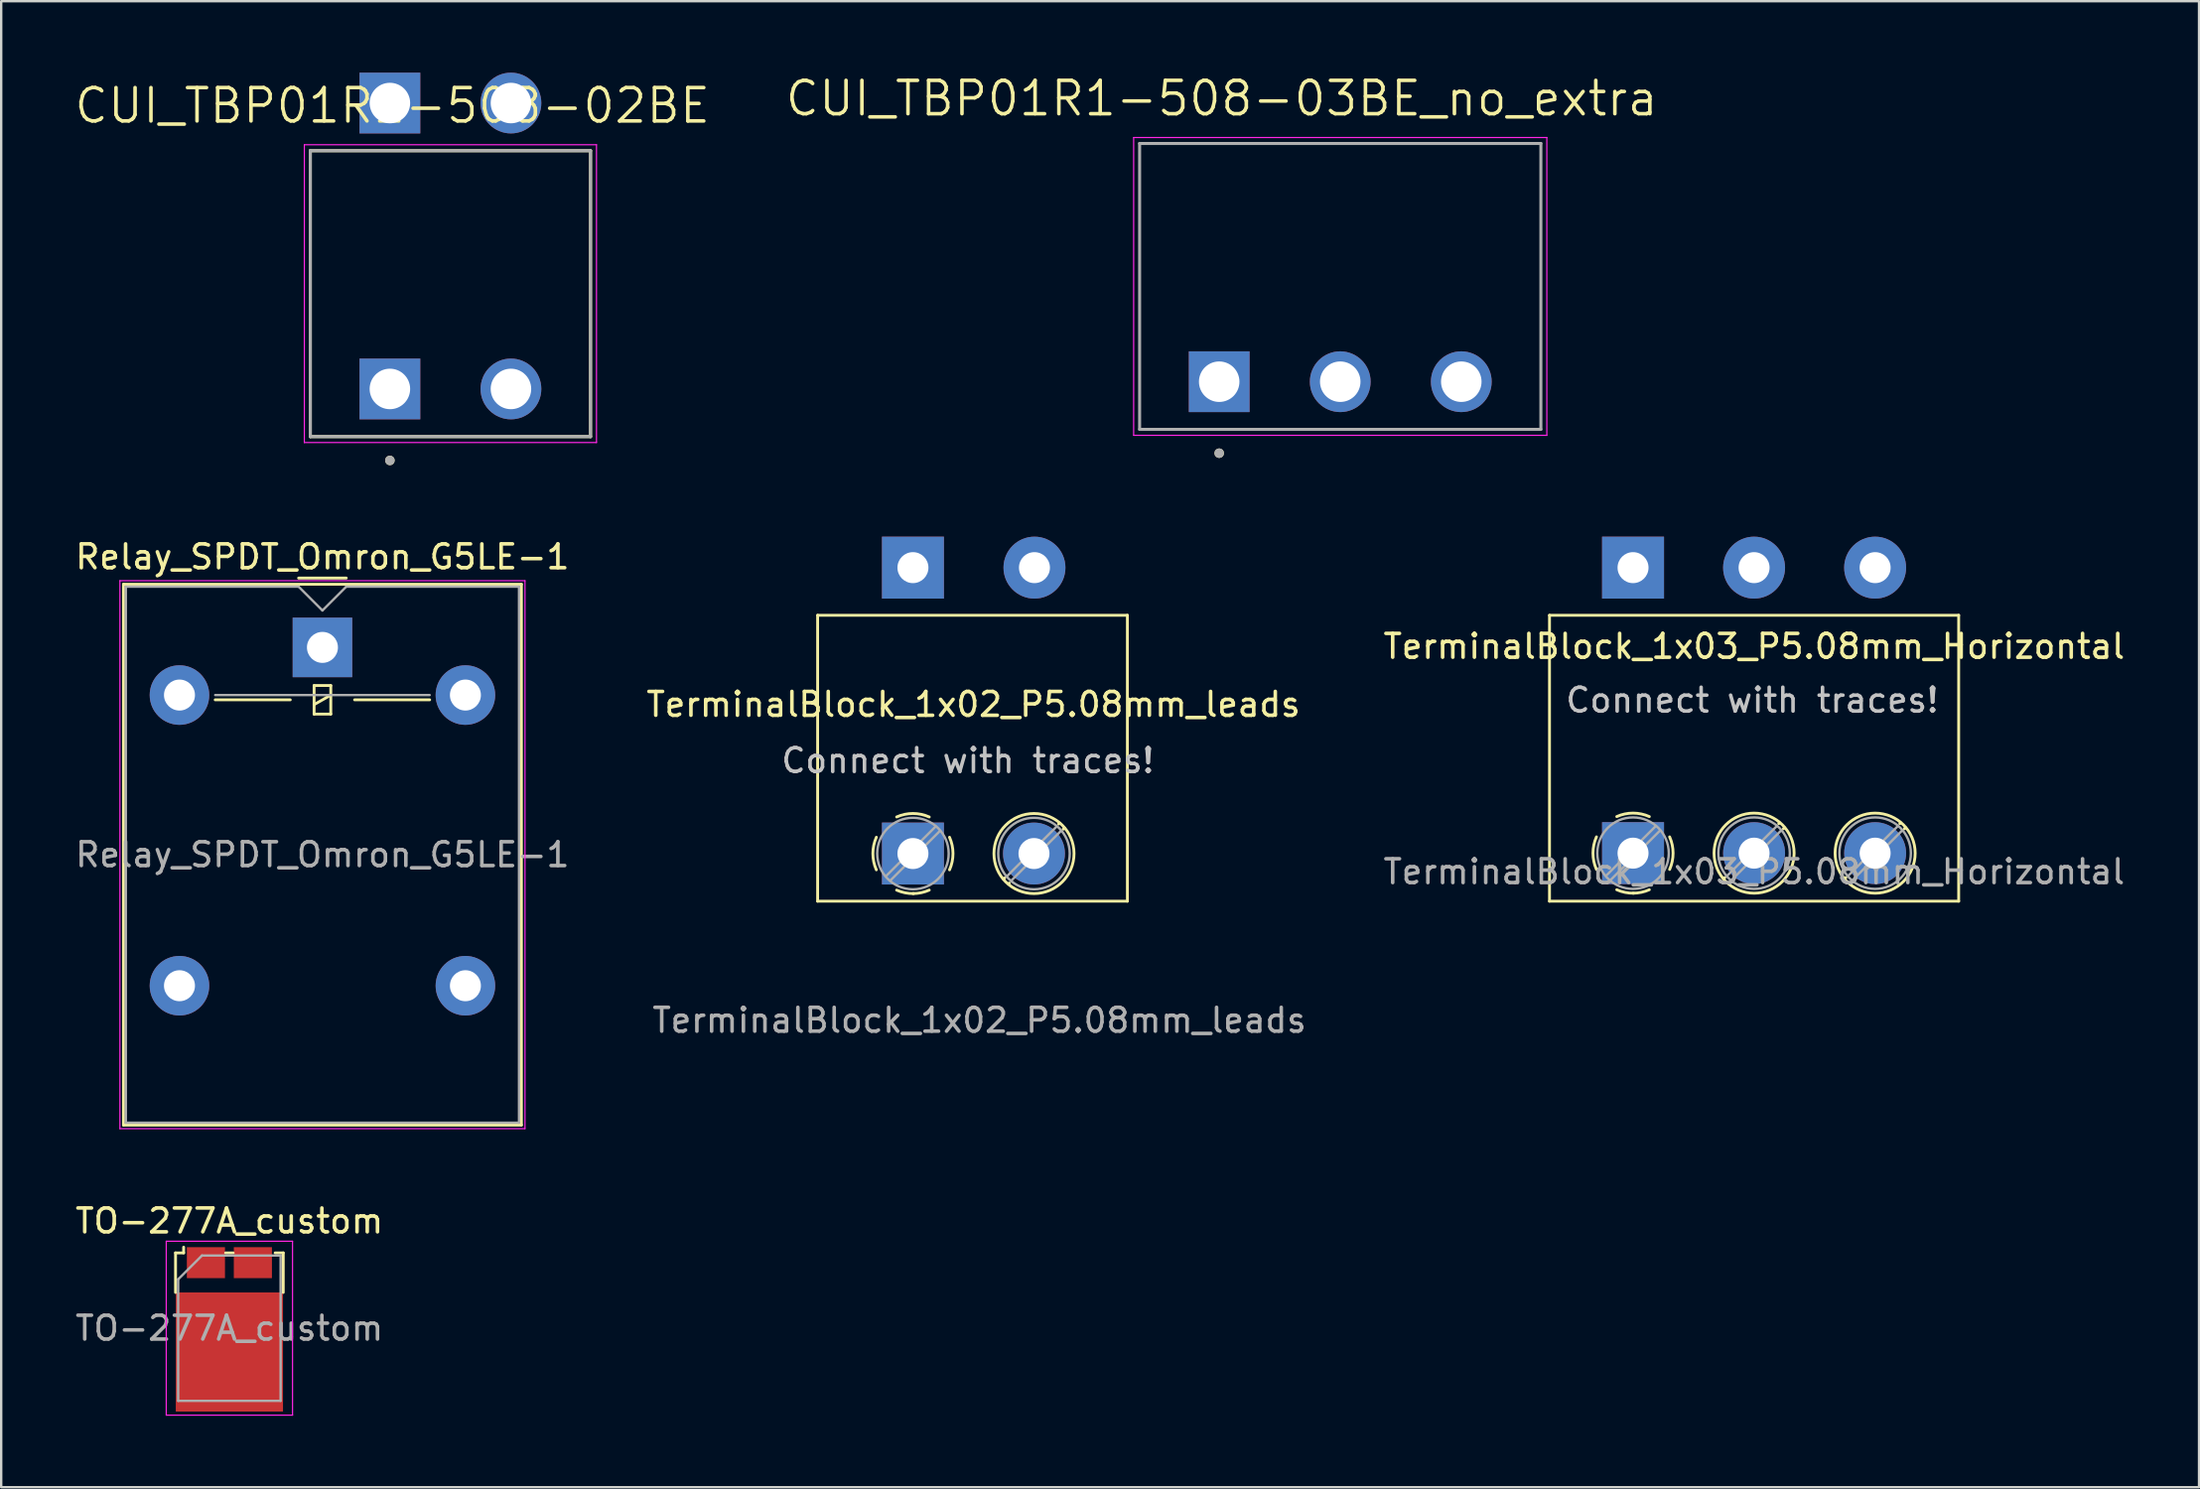
<source format=kicad_pcb>
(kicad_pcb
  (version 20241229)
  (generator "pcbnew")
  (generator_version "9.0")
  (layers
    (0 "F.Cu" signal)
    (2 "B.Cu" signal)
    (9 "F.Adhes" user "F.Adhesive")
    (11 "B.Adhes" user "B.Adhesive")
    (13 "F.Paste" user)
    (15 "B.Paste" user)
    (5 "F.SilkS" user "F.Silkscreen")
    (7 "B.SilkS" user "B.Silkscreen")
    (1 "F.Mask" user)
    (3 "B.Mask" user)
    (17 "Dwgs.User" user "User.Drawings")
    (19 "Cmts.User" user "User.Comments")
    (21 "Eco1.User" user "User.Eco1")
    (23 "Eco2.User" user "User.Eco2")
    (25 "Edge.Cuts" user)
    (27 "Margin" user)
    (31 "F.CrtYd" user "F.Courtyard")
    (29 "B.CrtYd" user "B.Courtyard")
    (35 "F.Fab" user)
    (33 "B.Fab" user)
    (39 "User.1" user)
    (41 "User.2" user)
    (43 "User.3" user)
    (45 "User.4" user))
  (footprint "TerminalBlock_1x03_P5.08mm_Horizontal"
    (layer "F.Cu")
    (at 70.474 32.775)
    (property "Reference" "TerminalBlock_1x03_P5.08mm_Horizontal" (at 0.091 -8.696 0) (layer "F.SilkS") (effects (font (size 1 1) (thickness 0.15))))
    (attr through_hole)
    (fp_line (start -8.495 -10) (end 8.677 -10) (stroke (width 0.12) (type solid)) (layer "F.SilkS"))
    (fp_line (start -8.495 2) (end -8.495 -10) (stroke (width 0.12) (type solid)) (layer "F.SilkS"))
    (fp_line (start -1.136 1.007) (end -1.183 1.053) (stroke (width 0.12) (type solid)) (layer "F.SilkS"))
    (fp_line (start -0.943 1.223) (end -0.978 1.258) (stroke (width 0.12) (type solid)) (layer "F.SilkS"))
    (fp_line (start 1.161 -1.291) (end 1.126 -1.255) (stroke (width 0.12) (type solid)) (layer "F.SilkS"))
    (fp_line (start 1.366 -1.085) (end 1.319 -1.039) (stroke (width 0.12) (type solid)) (layer "F.SilkS"))
    (fp_line (start 3.944 1.007) (end 3.897 1.053) (stroke (width 0.12) (type solid)) (layer "F.SilkS"))
    (fp_line (start 4.137 1.223) (end 4.102 1.258) (stroke (width 0.12) (type solid)) (layer "F.SilkS"))
    (fp_line (start 6.241 -1.291) (end 6.206 -1.255) (stroke (width 0.12) (type solid)) (layer "F.SilkS"))
    (fp_line (start 6.446 -1.085) (end 6.399 -1.039) (stroke (width 0.12) (type solid)) (layer "F.SilkS"))
    (fp_line (start 8.677 -10) (end 8.677 2) (stroke (width 0.12) (type solid)) (layer "F.SilkS"))
    (fp_line (start 8.677 2) (end -8.495 2) (stroke (width 0.12) (type solid)) (layer "F.SilkS"))
    (fp_arc (start -6.524427 0.667042) (mid -6.669501 -0.016524) (end -6.524 -0.7) (stroke (width 0.12) (type solid)) (layer "F.SilkS"))
    (fp_arc (start -5.672042 -1.551427) (mid -4.988476 -1.696501) (end -4.305 -1.551) (stroke (width 0.12) (type solid)) (layer "F.SilkS"))
    (fp_arc (start -4.960195 1.664253) (mid -5.324551 1.630659) (end -5.673 1.519) (stroke (width 0.12) (type solid)) (layer "F.SilkS"))
    (fp_arc (start -4.305682 1.518756) (mid -4.639708 1.627288) (end -4.989 1.664) (stroke (width 0.12) (type solid)) (layer "F.SilkS"))
    (fp_arc (start -3.453573 -0.699042) (mid -3.308499 -0.015476) (end -3.454 0.668) (stroke (width 0.12) (type solid)) (layer "F.SilkS"))
    (fp_circle (center 0.091 -0.016) (end 1.771 -0.016) (stroke (width 0.12) (type solid)) (fill no) (layer "F.SilkS"))
    (fp_circle (center 5.171 -0.016) (end 6.851 -0.016) (stroke (width 0.12) (type solid)) (fill no) (layer "F.SilkS"))
    (fp_line (start -4.034 -1.154) (end -6.127 0.939) (stroke (width 0.1) (type solid)) (layer "F.Fab"))
    (fp_line (start -3.851 -0.971) (end -5.944 1.122) (stroke (width 0.1) (type solid)) (layer "F.Fab"))
    (fp_line (start 1.046 -1.154) (end -1.046 0.939) (stroke (width 0.1) (type solid)) (layer "F.Fab"))
    (fp_line (start 1.229 -0.971) (end -0.863 1.122) (stroke (width 0.1) (type solid)) (layer "F.Fab"))
    (fp_line (start 6.126 -1.154) (end 4.034 0.939) (stroke (width 0.1) (type solid)) (layer "F.Fab"))
    (fp_line (start 6.309 -0.971) (end 4.217 1.122) (stroke (width 0.1) (type solid)) (layer "F.Fab"))
    (fp_circle (center -4.989 -0.016) (end -3.489 -0.016) (stroke (width 0.1) (type solid)) (fill no) (layer "F.Fab"))
    (fp_circle (center 0.091 -0.016) (end 1.591 -0.016) (stroke (width 0.1) (type solid)) (fill no) (layer "F.Fab"))
    (fp_circle (center 5.171 -0.016) (end 6.671 -0.016) (stroke (width 0.1) (type solid)) (fill no) (layer "F.Fab"))
    (fp_text user "Connect with traces!" (at 0.011 -6.436 0) (unlocked yes) (layer "Dwgs.User") (effects (font (size 1 1) (thickness 0.15))))
    (fp_text user "${REFERENCE}" (at 0.091 0.764 0) (layer "F.Fab") (effects (font (size 1 1) (thickness 0.15))))
    (pad "1" thru_hole rect (at -4.989 -12) (size 2.6 2.6) (drill 1.3) (layers "*.Cu" "*.Mask"))
    (pad "1" thru_hole rect (at -4.989 -0.016) (size 2.6 2.6) (drill 1.3) (layers "*.Cu" "*.Mask"))
    (pad "2" thru_hole circle (at 0.091 -12) (size 2.6 2.6) (drill 1.3) (layers "*.Cu" "*.Mask"))
    (pad "2" thru_hole circle (at 0.091 -0.016) (size 2.6 2.6) (drill 1.3) (layers "*.Cu" "*.Mask"))
    (pad "3" thru_hole circle (at 5.171 -12) (size 2.6 2.6) (drill 1.3) (layers "*.Cu" "*.Mask"))
    (pad "3" thru_hole circle (at 5.171 -0.016) (size 2.6 2.6) (drill 1.3) (layers "*.Cu" "*.Mask")))
  (footprint "CUI_TBP01R1-508-03BE_no_extra"
    (layer "F.Cu")
    (at 48.117 12.971)
    (property "Reference" "CUI_TBP01R1-508-03BE_no_extra" (at 0.105 -11.889 0) (layer "F.SilkS") (effects (font (size 1.4 1.4) (thickness 0.15))))
    (attr through_hole)
    (fp_circle (center 0 3) (end 0.1 3) (stroke (width 0.2) (type solid)) (fill no) (layer "F.SilkS"))
    (fp_line (start -3.59 -10.25) (end 13.75 -10.25) (stroke (width 0.05) (type solid)) (layer "F.CrtYd"))
    (fp_line (start -3.59 2.25) (end -3.59 -10.25) (stroke (width 0.05) (type solid)) (layer "F.CrtYd"))
    (fp_line (start 13.75 -10.25) (end 13.75 2.25) (stroke (width 0.05) (type solid)) (layer "F.CrtYd"))
    (fp_line (start 13.75 2.25) (end -3.59 2.25) (stroke (width 0.05) (type solid)) (layer "F.CrtYd"))
    (fp_line (start -3.34 -10) (end 13.5 -10) (stroke (width 0.127) (type solid)) (layer "F.Fab"))
    (fp_line (start -3.34 2) (end -3.34 -10) (stroke (width 0.127) (type solid)) (layer "F.Fab"))
    (fp_line (start 13.5 -10) (end 13.5 2) (stroke (width 0.127) (type solid)) (layer "F.Fab"))
    (fp_line (start 13.5 2) (end -3.34 2) (stroke (width 0.127) (type solid)) (layer "F.Fab"))
    (fp_circle (center 0 3) (end 0.1 3) (stroke (width 0.2) (type solid)) (fill no) (layer "F.Fab"))
    (pad "1" thru_hole rect (at 0 0) (size 2.55 2.55) (drill 1.7) (layers "*.Cu" "*.Mask"))
    (pad "2" thru_hole circle (at 5.08 0) (size 2.55 2.55) (drill 1.7) (layers "*.Cu" "*.Mask"))
    (pad "3" thru_hole circle (at 10.16 0) (size 2.55 2.55) (drill 1.7) (layers "*.Cu" "*.Mask")))
  (footprint "CUI_TBP01R1-508-02BE"
    (layer "F.Cu")
    (at 13.313 13.275)
    (property "Reference" "CUI_TBP01R1-508-02BE" (at 0.105 -11.889 0) (layer "F.SilkS") (effects (font (size 1.4 1.4) (thickness 0.15))))
    (attr through_hole)
    (fp_line (start -3.34 -10) (end 8.42 -10) (stroke (width 0.127) (type solid)) (layer "F.SilkS"))
    (fp_line (start -3.34 2) (end -3.34 -10) (stroke (width 0.127) (type solid)) (layer "F.SilkS"))
    (fp_line (start 8.42 -10) (end 8.42 2) (stroke (width 0.127) (type solid)) (layer "F.SilkS"))
    (fp_line (start 8.42 2) (end -3.34 2) (stroke (width 0.127) (type solid)) (layer "F.SilkS"))
    (fp_circle (center 0 3) (end 0.1 3) (stroke (width 0.2) (type solid)) (fill no) (layer "F.SilkS"))
    (fp_line (start -3.59 -10.25) (end 8.67 -10.25) (stroke (width 0.05) (type solid)) (layer "F.CrtYd"))
    (fp_line (start -3.59 2.25) (end -3.59 -10.25) (stroke (width 0.05) (type solid)) (layer "F.CrtYd"))
    (fp_line (start 8.67 -10.25) (end 8.67 2.25) (stroke (width 0.05) (type solid)) (layer "F.CrtYd"))
    (fp_line (start 8.67 2.25) (end -3.59 2.25) (stroke (width 0.05) (type solid)) (layer "F.CrtYd"))
    (fp_line (start -3.34 -10) (end 8.42 -10) (stroke (width 0.127) (type solid)) (layer "F.Fab"))
    (fp_line (start -3.34 2) (end -3.34 -10) (stroke (width 0.127) (type solid)) (layer "F.Fab"))
    (fp_line (start 8.42 -10) (end 8.42 2) (stroke (width 0.127) (type solid)) (layer "F.Fab"))
    (fp_line (start 8.42 2) (end -3.34 2) (stroke (width 0.127) (type solid)) (layer "F.Fab"))
    (fp_circle (center 0 3) (end 0.1 3) (stroke (width 0.2) (type solid)) (fill no) (layer "F.Fab"))
    (pad "1" thru_hole rect (at 0 -12) (size 2.55 2.55) (drill 1.7) (layers "*.Cu" "*.Mask"))
    (pad "1" thru_hole rect (at 0 0) (size 2.55 2.55) (drill 1.7) (layers "*.Cu" "*.Mask"))
    (pad "2" thru_hole circle (at 5.08 -12) (size 2.55 2.55) (drill 1.7) (layers "*.Cu" "*.Mask"))
    (pad "2" thru_hole circle (at 5.08 0) (size 2.55 2.55) (drill 1.7) (layers "*.Cu" "*.Mask")))
  (footprint "Relay_SPDT_Omron_G5LE-1"
    (layer "F.Cu")
    (at 10.482 24.123)
    (property "Reference" "Relay_SPDT_Omron_G5LE-1" (at 0 -3.8 0) (layer "F.SilkS") (effects (font (size 1 1) (thickness 0.15))))
    (attr through_hole)
    (fp_line (start -8.35 -2.65) (end -8.35 20.05) (stroke (width 0.12) (type solid)) (layer "F.SilkS"))
    (fp_line (start -8.35 20.05) (end 8.35 20.05) (stroke (width 0.12) (type solid)) (layer "F.SilkS"))
    (fp_line (start -4.5 2.2) (end -1.35 2.2) (stroke (width 0.12) (type solid)) (layer "F.SilkS"))
    (fp_line (start -1 -2.91) (end 1 -2.91) (stroke (width 0.12) (type solid)) (layer "F.SilkS"))
    (fp_line (start -0.35 1.6) (end -0.35 2.8) (stroke (width 0.12) (type solid)) (layer "F.SilkS"))
    (fp_line (start -0.35 2.4) (end 0.35 2) (stroke (width 0.12) (type solid)) (layer "F.SilkS"))
    (fp_line (start -0.35 2.8) (end 0.35 2.8) (stroke (width 0.12) (type solid)) (layer "F.SilkS"))
    (fp_line (start 0.35 1.6) (end -0.35 1.6) (stroke (width 0.12) (type solid)) (layer "F.SilkS"))
    (fp_line (start 0.35 2.8) (end 0.35 1.6) (stroke (width 0.12) (type solid)) (layer "F.SilkS"))
    (fp_line (start 1.35 2.2) (end 4.5 2.2) (stroke (width 0.12) (type solid)) (layer "F.SilkS"))
    (fp_line (start 8.35 -2.65) (end -8.35 -2.65) (stroke (width 0.12) (type solid)) (layer "F.SilkS"))
    (fp_line (start 8.35 20.05) (end 8.35 -2.65) (stroke (width 0.12) (type solid)) (layer "F.SilkS"))
    (fp_line (start -8.5 -2.8) (end -8.5 20.2) (stroke (width 0.05) (type solid)) (layer "F.CrtYd"))
    (fp_line (start -8.5 20.2) (end 8.5 20.2) (stroke (width 0.05) (type solid)) (layer "F.CrtYd"))
    (fp_line (start 8.5 -2.8) (end -8.5 -2.8) (stroke (width 0.05) (type solid)) (layer "F.CrtYd"))
    (fp_line (start 8.5 20.2) (end 8.5 -2.8) (stroke (width 0.05) (type solid)) (layer "F.CrtYd"))
    (fp_line (start -8.25 -2.55) (end -1 -2.55) (stroke (width 0.1) (type solid)) (layer "F.Fab"))
    (fp_line (start -8.25 19.95) (end -8.25 -2.55) (stroke (width 0.1) (type solid)) (layer "F.Fab"))
    (fp_line (start -4.5 2) (end 4.5 2) (stroke (width 0.1) (type solid)) (layer "F.Fab"))
    (fp_line (start -1 -2.55) (end 0 -1.55) (stroke (width 0.1) (type solid)) (layer "F.Fab"))
    (fp_line (start 0 -1.55) (end 1 -2.55) (stroke (width 0.1) (type solid)) (layer "F.Fab"))
    (fp_line (start 1 -2.55) (end 8.25 -2.55) (stroke (width 0.1) (type solid)) (layer "F.Fab"))
    (fp_line (start 8.25 -2.55) (end 8.25 19.95) (stroke (width 0.1) (type solid)) (layer "F.Fab"))
    (fp_line (start 8.25 19.95) (end -8.25 19.95) (stroke (width 0.1) (type solid)) (layer "F.Fab"))
    (fp_text user "${REFERENCE}" (at 0 8.7 0) (layer "F.Fab") (effects (font (size 1 1) (thickness 0.15))))
    (pad "1" thru_hole rect (at 0 0) (size 2.5 2.5) (drill 1.3) (layers "*.Cu" "*.Mask"))
    (pad "2" thru_hole oval (at 6 2) (size 2.5 2.5) (drill 1.3) (layers "*.Cu" "*.Mask"))
    (pad "3" thru_hole oval (at 6 14.2) (size 2.5 2.5) (drill 1.3) (layers "*.Cu" "*.Mask"))
    (pad "4" thru_hole oval (at -6 14.2) (size 2.5 2.5) (drill 1.3) (layers "*.Cu" "*.Mask"))
    (pad "5" thru_hole oval (at -6 2) (size 2.5 2.5) (drill 1.3) (layers "*.Cu" "*.Mask")))
  (footprint "TerminalBlock_1x02_P5.08mm_leads"
    (layer "F.Cu")
    (at 35.264 32.775)
    (property "Reference" "TerminalBlock_1x02_P5.08mm_leads" (at 2.54 -6.26 0) (layer "F.SilkS") (effects (font (size 1 1) (thickness 0.15))))
    (attr through_hole)
    (fp_line (start -4 -10) (end 9 -10) (stroke (width 0.12) (type solid)) (layer "F.SilkS"))
    (fp_line (start -4 2) (end -4 -10) (stroke (width 0.12) (type solid)) (layer "F.SilkS"))
    (fp_line (start 3.853 1.023) (end 3.806 1.069) (stroke (width 0.12) (type solid)) (layer "F.SilkS"))
    (fp_line (start 4.046 1.239) (end 4.011 1.274) (stroke (width 0.12) (type solid)) (layer "F.SilkS"))
    (fp_line (start 6.15 -1.275) (end 6.115 -1.239) (stroke (width 0.12) (type solid)) (layer "F.SilkS"))
    (fp_line (start 6.355 -1.069) (end 6.308 -1.023) (stroke (width 0.12) (type solid)) (layer "F.SilkS"))
    (fp_line (start 9 -10) (end 9 2) (stroke (width 0.12) (type solid)) (layer "F.SilkS"))
    (fp_line (start 9 2) (end -4 2) (stroke (width 0.12) (type solid)) (layer "F.SilkS"))
    (fp_arc (start -1.535427 0.683042) (mid -1.680501 -0.000524) (end -1.535 -0.684) (stroke (width 0.12) (type solid)) (layer "F.SilkS"))
    (fp_arc (start -0.683042 -1.535427) (mid 0.000524 -1.680501) (end 0.684 -1.535) (stroke (width 0.12) (type solid)) (layer "F.SilkS"))
    (fp_arc (start 0.028805 1.680253) (mid -0.335551 1.646659) (end -0.684 1.535) (stroke (width 0.12) (type solid)) (layer "F.SilkS"))
    (fp_arc (start 0.683318 1.534756) (mid 0.349292 1.643288) (end 0 1.68) (stroke (width 0.12) (type solid)) (layer "F.SilkS"))
    (fp_arc (start 1.535427 -0.683042) (mid 1.680501 0.000524) (end 1.535 0.684) (stroke (width 0.12) (type solid)) (layer "F.SilkS"))
    (fp_circle (center 5.08 0) (end 6.76 0) (stroke (width 0.12) (type solid)) (fill no) (layer "F.SilkS"))
    (fp_line (start 0.955 -1.138) (end -1.138 0.955) (stroke (width 0.1) (type solid)) (layer "F.Fab"))
    (fp_line (start 1.138 -0.955) (end -0.955 1.138) (stroke (width 0.1) (type solid)) (layer "F.Fab"))
    (fp_line (start 6.035 -1.138) (end 3.943 0.955) (stroke (width 0.1) (type solid)) (layer "F.Fab"))
    (fp_line (start 6.218 -0.955) (end 4.126 1.138) (stroke (width 0.1) (type solid)) (layer "F.Fab"))
    (fp_circle (center 0 0) (end 1.5 0) (stroke (width 0.1) (type solid)) (fill no) (layer "F.Fab"))
    (fp_circle (center 5.08 0) (end 6.58 0) (stroke (width 0.1) (type solid)) (fill no) (layer "F.Fab"))
    (fp_text user "Connect with traces!" (at 2.3 -3.9 0) (unlocked yes) (layer "Dwgs.User") (effects (font (size 1 1) (thickness 0.15))))
    (fp_text user "${REFERENCE}" (at 2.79 7 0) (layer "F.Fab") (effects (font (size 1 1) (thickness 0.15))))
    (pad "1" thru_hole rect (at 0 -12) (size 2.6 2.6) (drill 1.3) (layers "*.Cu" "*.Mask"))
    (pad "1" thru_hole rect (at 0 0) (size 2.6 2.6) (drill 1.3) (layers "*.Cu" "*.Mask"))
    (pad "2" thru_hole circle (at 5.08 0) (size 2.6 2.6) (drill 1.3) (layers "*.Cu" "*.Mask"))
    (pad "2" thru_hole circle (at 5.1 -12) (size 2.6 2.6) (drill 1.3) (layers "*.Cu" "*.Mask")))
  (footprint "TO-277A_custom"
    (layer "F.Cu")
    (at 6.577 52.697)
    (property "Reference" "TO-277A_custom" (at 0 -4.5 180) (layer "F.SilkS") (effects (font (size 1 1) (thickness 0.15))))
    (attr smd)
    (fp_line (start -2.26 -3.16) (end -2.26 -1.5) (stroke (width 0.12) (type solid)) (layer "F.SilkS"))
    (fp_line (start -1.92 -3.4) (end -1.92 -3.16) (stroke (width 0.12) (type solid)) (layer "F.SilkS"))
    (fp_line (start -1.92 -3.16) (end -2.26 -3.16) (stroke (width 0.12) (type solid)) (layer "F.SilkS"))
    (fp_line (start -0.16 -3.16) (end 0.16 -3.16) (stroke (width 0.12) (type solid)) (layer "F.SilkS"))
    (fp_line (start 2.26 -3.16) (end 1.92 -3.16) (stroke (width 0.12) (type solid)) (layer "F.SilkS"))
    (fp_line (start 2.26 -1.5) (end 2.26 -3.16) (stroke (width 0.12) (type solid)) (layer "F.SilkS"))
    (fp_line (start -2.65 -3.65) (end -2.65 3.65) (stroke (width 0.05) (type solid)) (layer "F.CrtYd"))
    (fp_line (start -2.65 -3.65) (end 2.65 -3.65) (stroke (width 0.05) (type solid)) (layer "F.CrtYd"))
    (fp_line (start 2.65 3.65) (end -2.65 3.65) (stroke (width 0.05) (type solid)) (layer "F.CrtYd"))
    (fp_line (start 2.65 3.65) (end 2.65 -3.65) (stroke (width 0.05) (type solid)) (layer "F.CrtYd"))
    (fp_line (start -2.15 -2.05) (end -2.15 3.05) (stroke (width 0.1) (type solid)) (layer "F.Fab"))
    (fp_line (start -2.15 3.05) (end 2.15 3.05) (stroke (width 0.1) (type solid)) (layer "F.Fab"))
    (fp_line (start -1.15 -3.05) (end -2.15 -2.05) (stroke (width 0.1) (type solid)) (layer "F.Fab"))
    (fp_line (start 2.15 -3.05) (end -1.15 -3.05) (stroke (width 0.1) (type solid)) (layer "F.Fab"))
    (fp_line (start 2.15 3.05) (end 2.15 -3.05) (stroke (width 0.1) (type solid)) (layer "F.Fab"))
    (fp_text user "${REFERENCE}" (at 0 0 0) (layer "F.Fab") (effects (font (size 1 1) (thickness 0.15))))
    (pad "" smd rect (at -1.7 -0.65 180) (size 1.25 1.2) (layers "F.Paste"))
    (pad "" smd rect (at -1.7 1.04) (size 1.25 1.2) (layers "F.Paste"))
    (pad "" smd rect (at -1.7 2.7) (size 1.25 1.2) (layers "F.Paste"))
    (pad "" smd rect (at 0 1.04) (size 1.25 1.2) (layers "F.Paste"))
    (pad "" smd rect (at 0 2.7) (size 1.25 1.2) (layers "F.Paste"))
    (pad "" smd rect (at 1.7 -0.65) (size 1.25 1.2) (layers "F.Paste"))
    (pad "" smd rect (at 1.7 1.04) (size 1.25 1.2) (layers "F.Paste"))
    (pad "" smd rect (at 1.7 2.7) (size 1.25 1.2) (layers "F.Paste"))
    (pad "1" smd rect (at 0 1) (size 4.5 5) (layers "F.Cu" "F.Mask"))
    (pad "2" smd rect (at -0.985 -2.75) (size 1.6 1.3) (layers "F.Cu" "F.Mask" "F.Paste"))
    (pad "2" smd rect (at 0.985 -2.75) (size 1.6 1.3) (layers "F.Cu" "F.Mask" "F.Paste")))
  (gr_rect
    (start -3 -3)
    (end 89.238 59.371)
    (stroke (width 0.1) (type default))
    (fill no)
    (layer "Edge.Cuts")))
</source>
